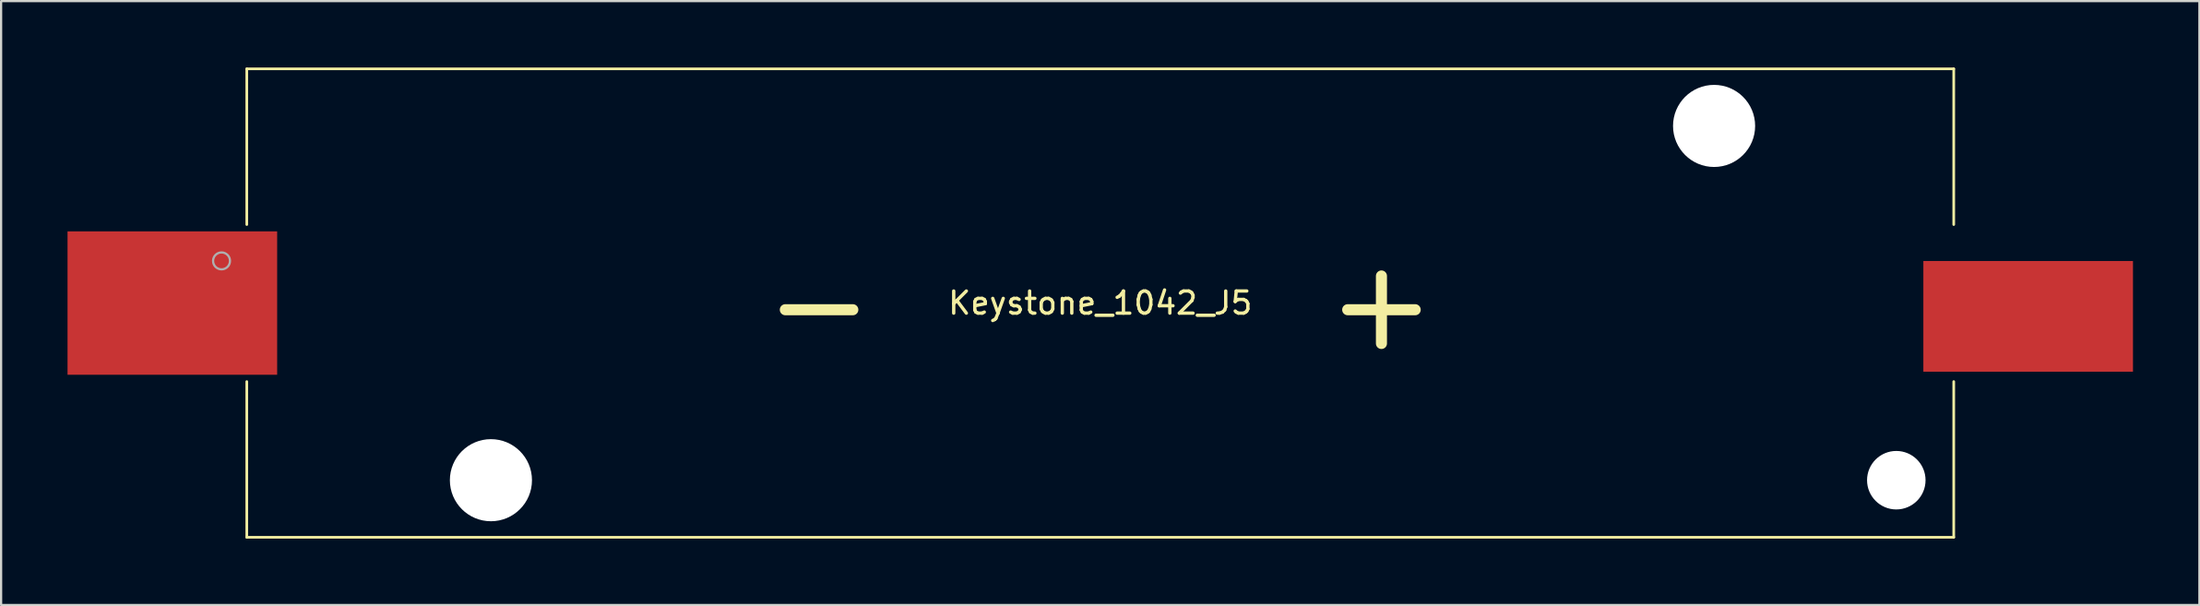
<source format=kicad_pcb>
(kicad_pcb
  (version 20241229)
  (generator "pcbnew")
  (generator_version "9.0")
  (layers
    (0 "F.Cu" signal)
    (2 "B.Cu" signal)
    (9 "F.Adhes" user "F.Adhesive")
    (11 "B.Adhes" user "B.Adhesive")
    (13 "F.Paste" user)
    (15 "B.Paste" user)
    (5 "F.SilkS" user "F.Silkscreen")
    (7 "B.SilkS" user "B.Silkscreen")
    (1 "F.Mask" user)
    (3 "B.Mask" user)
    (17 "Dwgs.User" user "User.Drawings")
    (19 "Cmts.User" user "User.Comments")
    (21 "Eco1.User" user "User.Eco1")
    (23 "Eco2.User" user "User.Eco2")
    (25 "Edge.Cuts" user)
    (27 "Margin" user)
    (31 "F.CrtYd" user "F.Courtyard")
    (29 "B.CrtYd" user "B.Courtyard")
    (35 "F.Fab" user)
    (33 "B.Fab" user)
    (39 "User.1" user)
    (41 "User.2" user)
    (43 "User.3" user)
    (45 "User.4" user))
  (footprint "Keystone_1042_J5"
    (layer "F.Cu")
    (at 46.644 10.639)
    (property "Reference" "Keystone_1042_J5" (at 0 0 180) (layer "F.SilkS") (effects (font (size 1 1) (thickness 0.15))))
    (attr smd)
    (fp_line (start -38.548 -10.579) (end -38.548 -3.546) (stroke (width 0.12) (type solid)) (layer "F.SilkS"))
    (fp_line (start -38.548 10.579) (end -38.548 3.546) (stroke (width 0.12) (type solid)) (layer "F.SilkS"))
    (fp_line (start -38.548 10.579) (end 38.548 10.579) (stroke (width 0.12) (type solid)) (layer "F.SilkS"))
    (fp_line (start 38.548 -10.579) (end -38.548 -10.579) (stroke (width 0.12) (type solid)) (layer "F.SilkS"))
    (fp_line (start 38.548 -3.546) (end 38.548 -10.579) (stroke (width 0.12) (type solid)) (layer "F.SilkS"))
    (fp_line (start 38.548 10.579) (end 38.548 3.546) (stroke (width 0.12) (type solid)) (layer "F.SilkS"))
    (fp_circle (center -39.688 -1.905) (end -39.306 -1.905) (stroke (width 0.1) (type solid)) (fill no) (layer "F.Fab"))
    (fp_text user "+" (at 12.7 0 180) (layer "F.SilkS") (effects (font (size 4 4) (thickness 0.5))))
    (fp_text user "-" (at -12.7 0 180) (layer "F.SilkS") (effects (font (size 4 4) (thickness 0.5))))
    (fp_text user "Copyright 2021 Accelerated Designs. All rights reserved." (at 0 0 180) (layer "Cmts.User") (effects (font (size 0.127 0.127) (thickness 0.002))))
    (pad "" np_thru_hole circle (at -27.521 8.001) (size 3.708 3.708) (drill 3.708) (layers "*.Cu" "*.Mask"))
    (pad "" np_thru_hole circle (at 27.724 -8.001) (size 3.708 3.708) (drill 3.708) (layers "*.Cu" "*.Mask"))
    (pad "" np_thru_hole circle (at 35.954 8.001) (size 2.642 2.642) (drill 2.642) (layers "*.Cu" "*.Mask"))
    (pad "1" smd rect (at -41.91 0) (size 9.468 6.477) (layers "F.Cu" "F.Mask" "F.Paste"))
    (pad "2" smd rect (at 41.91 0.6) (size 9.468 5) (layers "F.Cu" "F.Mask" "F.Paste")))
  (gr_rect
    (start -3 -3)
    (end 96.288 24.278)
    (stroke (width 0.1) (type default))
    (fill no)
    (layer "Edge.Cuts")))
</source>
